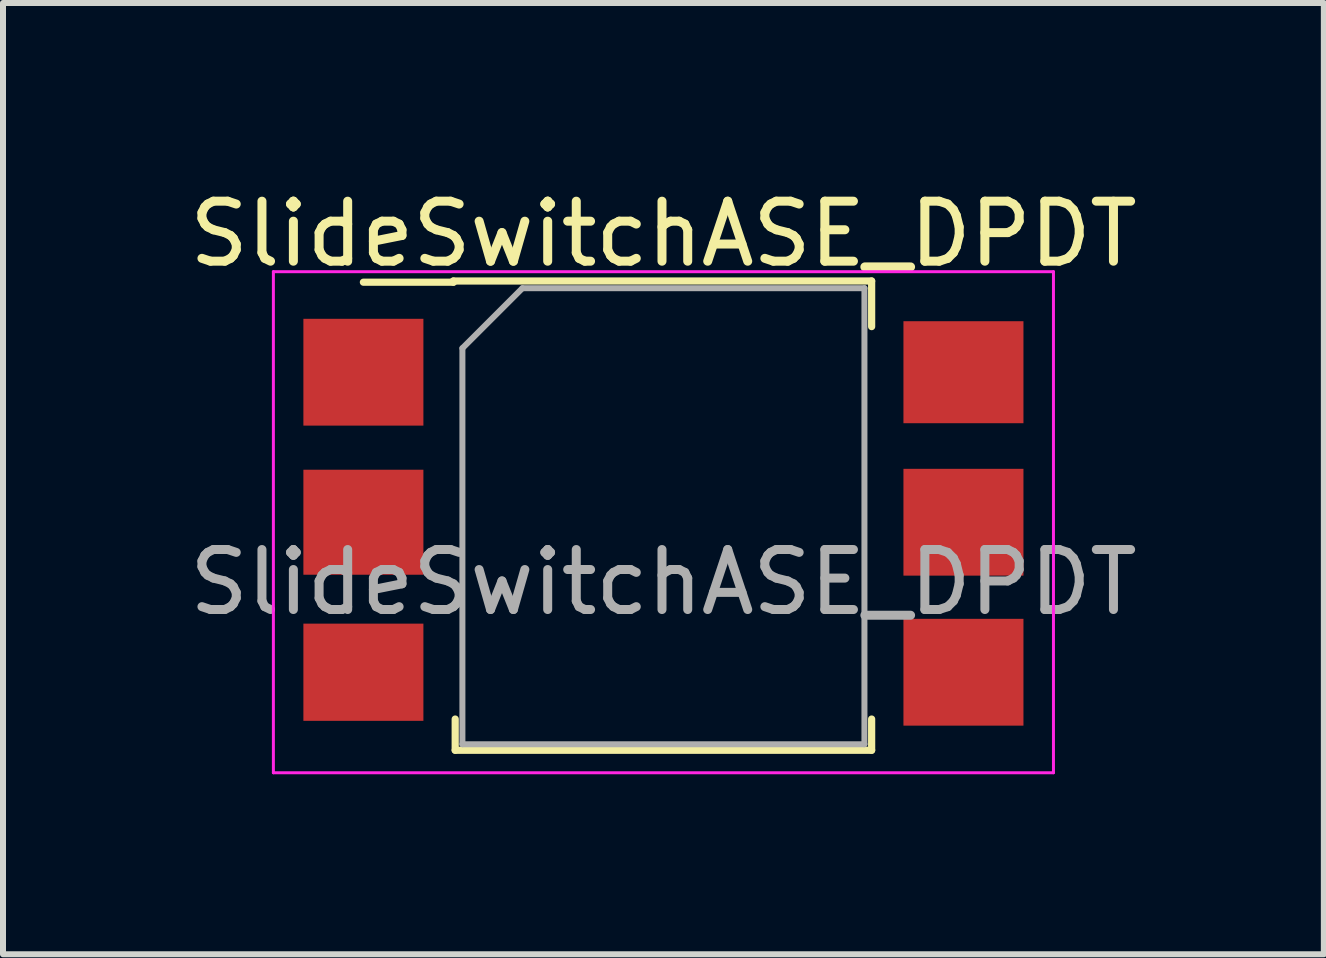
<source format=kicad_pcb>
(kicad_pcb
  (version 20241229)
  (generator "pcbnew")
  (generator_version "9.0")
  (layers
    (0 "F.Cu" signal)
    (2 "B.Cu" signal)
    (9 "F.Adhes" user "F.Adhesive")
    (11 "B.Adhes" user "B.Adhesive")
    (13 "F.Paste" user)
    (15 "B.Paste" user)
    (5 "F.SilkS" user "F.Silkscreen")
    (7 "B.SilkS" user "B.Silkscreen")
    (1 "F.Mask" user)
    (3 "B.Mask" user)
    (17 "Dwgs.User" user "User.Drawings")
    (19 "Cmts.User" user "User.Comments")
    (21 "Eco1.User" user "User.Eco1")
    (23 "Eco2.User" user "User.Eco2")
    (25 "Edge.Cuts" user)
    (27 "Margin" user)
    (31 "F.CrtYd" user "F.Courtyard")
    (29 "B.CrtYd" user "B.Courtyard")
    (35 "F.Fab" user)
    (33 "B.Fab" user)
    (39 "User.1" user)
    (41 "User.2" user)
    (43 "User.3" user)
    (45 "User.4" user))
  (footprint "SlideSwitchASE_DPDT"
    (layer "F.Cu")
    (at 8.006 6.653)
    (property "Reference" "SlideSwitchASE_DPDT" (at 0 -5.805 0) (layer "F.SilkS") (effects (font (size 1 1) (thickness 0.15))))
    (attr smd)
    (fp_line (start -3.5 -5.02) (end -3.5 -5) (stroke (width 0.12) (type solid)) (layer "F.SilkS"))
    (fp_line (start -3.5 -5) (end -5 -5) (stroke (width 0.12) (type solid)) (layer "F.SilkS"))
    (fp_line (start -3.47 2.28) (end -3.47 2.8) (stroke (width 0.12) (type solid)) (layer "F.SilkS"))
    (fp_line (start -3.47 2.8) (end 3.47 2.8) (stroke (width 0.12) (type solid)) (layer "F.SilkS"))
    (fp_line (start 3.47 -5.02) (end -3.5 -5.02) (stroke (width 0.12) (type solid)) (layer "F.SilkS"))
    (fp_line (start 3.47 -4.26) (end 3.47 -5.02) (stroke (width 0.12) (type solid)) (layer "F.SilkS"))
    (fp_line (start 3.47 2.8) (end 3.47 2.28) (stroke (width 0.12) (type solid)) (layer "F.SilkS"))
    (fp_line (start -6.5 -5.175) (end -6.5 3.175) (stroke (width 0.05) (type solid)) (layer "F.CrtYd"))
    (fp_line (start -6.5 -5.175) (end 6.5 -5.175) (stroke (width 0.05) (type solid)) (layer "F.CrtYd"))
    (fp_line (start 6.5 3.175) (end -6.5 3.175) (stroke (width 0.05) (type solid)) (layer "F.CrtYd"))
    (fp_line (start 6.5 3.175) (end 6.5 -5.175) (stroke (width 0.05) (type solid)) (layer "F.CrtYd"))
    (fp_line (start -3.35 -3.9) (end -3.35 2.7) (stroke (width 0.1) (type solid)) (layer "F.Fab"))
    (fp_line (start -3.35 2.7) (end 3.35 2.7) (stroke (width 0.1) (type solid)) (layer "F.Fab"))
    (fp_line (start -2.35 -4.9) (end -3.35 -3.9) (stroke (width 0.1) (type solid)) (layer "F.Fab"))
    (fp_line (start 3.35 -4.9) (end -2.35 -4.9) (stroke (width 0.1) (type solid)) (layer "F.Fab"))
    (fp_line (start 3.35 2.7) (end 3.35 -4.9) (stroke (width 0.1) (type solid)) (layer "F.Fab"))
    (fp_text user "${REFERENCE}" (at 0 0 0) (layer "F.Fab") (effects (font (size 1 1) (thickness 0.15))))
    (pad "1" smd rect (at -5 -3.5) (size 2 1.78) (layers "F.Cu" "F.Mask" "F.Paste"))
    (pad "2" smd rect (at -5 -1) (size 2 1.75) (layers "F.Cu" "F.Mask" "F.Paste"))
    (pad "3" smd rect (at -5 1.5) (size 2 1.62) (layers "F.Cu" "F.Mask" "F.Paste"))
    (pad "4" smd rect (at 5 -3.5) (size 2 1.7) (layers "F.Cu" "F.Mask" "F.Paste"))
    (pad "5" smd rect (at 5 -1) (size 2 1.78) (layers "F.Cu" "F.Mask" "F.Paste"))
    (pad "6" smd rect (at 5 1.5) (size 2 1.78) (layers "F.Cu" "F.Mask" "F.Paste")))
  (gr_rect
    (start -3 -3)
    (end 19.012 12.853)
    (stroke (width 0.1) (type default))
    (fill no)
    (layer "Edge.Cuts")))
</source>
